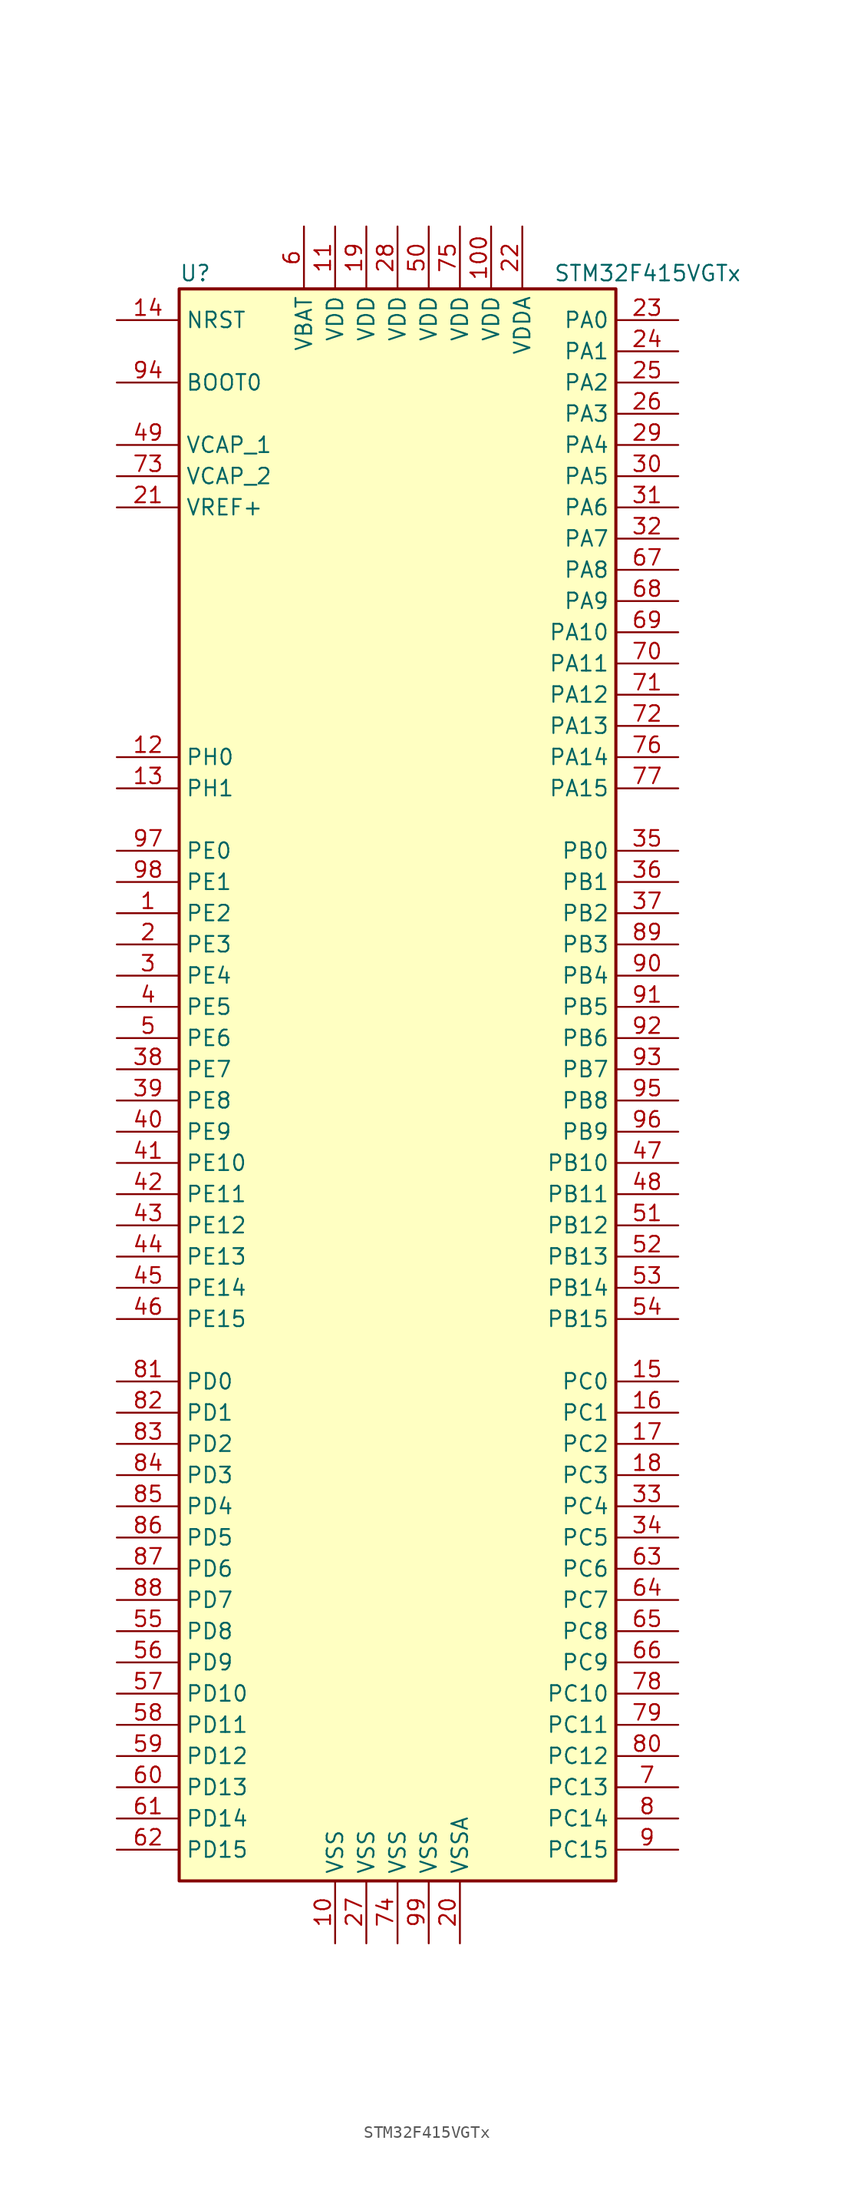
<source format=kicad_sym>
(kicad_symbol_lib
  (version 20220914)
  (generator kicad_symbol_editor)
  (symbol "STM32F415VGTx"
    (property "Reference" "U"
      (at -17.78 64.77 0)
      (effects (font (size 1.27 1.27)) (justify left)))
    (property "Value" "STM32F415VGTx"
      (at 12.7 64.77 0)
      (effects (font (size 1.27 1.27)) (justify left)))
    (symbol "STM32F415VGTx_0_1"
      (rectangle (start -17.78 -66.04) (end 17.78 63.5) (stroke (width 0.254) (type default)) (fill (type background))))
    (symbol "STM32F415VGTx_1_1"
      (pin bidirectional line (at -22.86 12.7 0) (length 5.08) (name "PE2" (effects (font (size 1.27 1.27)))) (number "1" (effects (font (size 1.27 1.27)))))
      (pin power_in line (at -5.08 -71.12 90) (length 5.08) (name "VSS" (effects (font (size 1.27 1.27)))) (number "10" (effects (font (size 1.27 1.27)))))
      (pin power_in line (at 7.62 68.58 270) (length 5.08) (name "VDD" (effects (font (size 1.27 1.27)))) (number "100" (effects (font (size 1.27 1.27)))))
      (pin power_in line (at -5.08 68.58 270) (length 5.08) (name "VDD" (effects (font (size 1.27 1.27)))) (number "11" (effects (font (size 1.27 1.27)))))
      (pin input line (at -22.86 25.4 0) (length 5.08) (name "PH0" (effects (font (size 1.27 1.27)))) (number "12" (effects (font (size 1.27 1.27)))))
      (pin input line (at -22.86 22.86 0) (length 5.08) (name "PH1" (effects (font (size 1.27 1.27)))) (number "13" (effects (font (size 1.27 1.27)))))
      (pin input line (at -22.86 60.96 0) (length 5.08) (name "NRST" (effects (font (size 1.27 1.27)))) (number "14" (effects (font (size 1.27 1.27)))))
      (pin bidirectional line (at 22.86 -25.4 180) (length 5.08) (name "PC0" (effects (font (size 1.27 1.27)))) (number "15" (effects (font (size 1.27 1.27)))))
      (pin bidirectional line (at 22.86 -27.94 180) (length 5.08) (name "PC1" (effects (font (size 1.27 1.27)))) (number "16" (effects (font (size 1.27 1.27)))))
      (pin bidirectional line (at 22.86 -30.48 180) (length 5.08) (name "PC2" (effects (font (size 1.27 1.27)))) (number "17" (effects (font (size 1.27 1.27)))))
      (pin bidirectional line (at 22.86 -33.02 180) (length 5.08) (name "PC3" (effects (font (size 1.27 1.27)))) (number "18" (effects (font (size 1.27 1.27)))))
      (pin power_in line (at -2.54 68.58 270) (length 5.08) (name "VDD" (effects (font (size 1.27 1.27)))) (number "19" (effects (font (size 1.27 1.27)))))
      (pin bidirectional line (at -22.86 10.16 0) (length 5.08) (name "PE3" (effects (font (size 1.27 1.27)))) (number "2" (effects (font (size 1.27 1.27)))))
      (pin power_in line (at 5.08 -71.12 90) (length 5.08) (name "VSSA" (effects (font (size 1.27 1.27)))) (number "20" (effects (font (size 1.27 1.27)))))
      (pin power_in line (at -22.86 45.72 0) (length 5.08) (name "VREF+" (effects (font (size 1.27 1.27)))) (number "21" (effects (font (size 1.27 1.27)))))
      (pin power_in line (at 10.16 68.58 270) (length 5.08) (name "VDDA" (effects (font (size 1.27 1.27)))) (number "22" (effects (font (size 1.27 1.27)))))
      (pin bidirectional line (at 22.86 60.96 180) (length 5.08) (name "PA0" (effects (font (size 1.27 1.27)))) (number "23" (effects (font (size 1.27 1.27)))))
      (pin bidirectional line (at 22.86 58.42 180) (length 5.08) (name "PA1" (effects (font (size 1.27 1.27)))) (number "24" (effects (font (size 1.27 1.27)))))
      (pin bidirectional line (at 22.86 55.88 180) (length 5.08) (name "PA2" (effects (font (size 1.27 1.27)))) (number "25" (effects (font (size 1.27 1.27)))))
      (pin bidirectional line (at 22.86 53.34 180) (length 5.08) (name "PA3" (effects (font (size 1.27 1.27)))) (number "26" (effects (font (size 1.27 1.27)))))
      (pin power_in line (at -2.54 -71.12 90) (length 5.08) (name "VSS" (effects (font (size 1.27 1.27)))) (number "27" (effects (font (size 1.27 1.27)))))
      (pin power_in line (at 0 68.58 270) (length 5.08) (name "VDD" (effects (font (size 1.27 1.27)))) (number "28" (effects (font (size 1.27 1.27)))))
      (pin bidirectional line (at 22.86 50.8 180) (length 5.08) (name "PA4" (effects (font (size 1.27 1.27)))) (number "29" (effects (font (size 1.27 1.27)))))
      (pin bidirectional line (at -22.86 7.62 0) (length 5.08) (name "PE4" (effects (font (size 1.27 1.27)))) (number "3" (effects (font (size 1.27 1.27)))))
      (pin bidirectional line (at 22.86 48.26 180) (length 5.08) (name "PA5" (effects (font (size 1.27 1.27)))) (number "30" (effects (font (size 1.27 1.27)))))
      (pin bidirectional line (at 22.86 45.72 180) (length 5.08) (name "PA6" (effects (font (size 1.27 1.27)))) (number "31" (effects (font (size 1.27 1.27)))))
      (pin bidirectional line (at 22.86 43.18 180) (length 5.08) (name "PA7" (effects (font (size 1.27 1.27)))) (number "32" (effects (font (size 1.27 1.27)))))
      (pin bidirectional line (at 22.86 -35.56 180) (length 5.08) (name "PC4" (effects (font (size 1.27 1.27)))) (number "33" (effects (font (size 1.27 1.27)))))
      (pin bidirectional line (at 22.86 -38.1 180) (length 5.08) (name "PC5" (effects (font (size 1.27 1.27)))) (number "34" (effects (font (size 1.27 1.27)))))
      (pin bidirectional line (at 22.86 17.78 180) (length 5.08) (name "PB0" (effects (font (size 1.27 1.27)))) (number "35" (effects (font (size 1.27 1.27)))))
      (pin bidirectional line (at 22.86 15.24 180) (length 5.08) (name "PB1" (effects (font (size 1.27 1.27)))) (number "36" (effects (font (size 1.27 1.27)))))
      (pin bidirectional line (at 22.86 12.7 180) (length 5.08) (name "PB2" (effects (font (size 1.27 1.27)))) (number "37" (effects (font (size 1.27 1.27)))))
      (pin bidirectional line (at -22.86 0 0) (length 5.08) (name "PE7" (effects (font (size 1.27 1.27)))) (number "38" (effects (font (size 1.27 1.27)))))
      (pin bidirectional line (at -22.86 -2.54 0) (length 5.08) (name "PE8" (effects (font (size 1.27 1.27)))) (number "39" (effects (font (size 1.27 1.27)))))
      (pin bidirectional line (at -22.86 5.08 0) (length 5.08) (name "PE5" (effects (font (size 1.27 1.27)))) (number "4" (effects (font (size 1.27 1.27)))))
      (pin bidirectional line (at -22.86 -5.08 0) (length 5.08) (name "PE9" (effects (font (size 1.27 1.27)))) (number "40" (effects (font (size 1.27 1.27)))))
      (pin bidirectional line (at -22.86 -7.62 0) (length 5.08) (name "PE10" (effects (font (size 1.27 1.27)))) (number "41" (effects (font (size 1.27 1.27)))))
      (pin bidirectional line (at -22.86 -10.16 0) (length 5.08) (name "PE11" (effects (font (size 1.27 1.27)))) (number "42" (effects (font (size 1.27 1.27)))))
      (pin bidirectional line (at -22.86 -12.7 0) (length 5.08) (name "PE12" (effects (font (size 1.27 1.27)))) (number "43" (effects (font (size 1.27 1.27)))))
      (pin bidirectional line (at -22.86 -15.24 0) (length 5.08) (name "PE13" (effects (font (size 1.27 1.27)))) (number "44" (effects (font (size 1.27 1.27)))))
      (pin bidirectional line (at -22.86 -17.78 0) (length 5.08) (name "PE14" (effects (font (size 1.27 1.27)))) (number "45" (effects (font (size 1.27 1.27)))))
      (pin bidirectional line (at -22.86 -20.32 0) (length 5.08) (name "PE15" (effects (font (size 1.27 1.27)))) (number "46" (effects (font (size 1.27 1.27)))))
      (pin bidirectional line (at 22.86 -7.62 180) (length 5.08) (name "PB10" (effects (font (size 1.27 1.27)))) (number "47" (effects (font (size 1.27 1.27)))))
      (pin bidirectional line (at 22.86 -10.16 180) (length 5.08) (name "PB11" (effects (font (size 1.27 1.27)))) (number "48" (effects (font (size 1.27 1.27)))))
      (pin power_in line (at -22.86 50.8 0) (length 5.08) (name "VCAP_1" (effects (font (size 1.27 1.27)))) (number "49" (effects (font (size 1.27 1.27)))))
      (pin bidirectional line (at -22.86 2.54 0) (length 5.08) (name "PE6" (effects (font (size 1.27 1.27)))) (number "5" (effects (font (size 1.27 1.27)))))
      (pin power_in line (at 2.54 68.58 270) (length 5.08) (name "VDD" (effects (font (size 1.27 1.27)))) (number "50" (effects (font (size 1.27 1.27)))))
      (pin bidirectional line (at 22.86 -12.7 180) (length 5.08) (name "PB12" (effects (font (size 1.27 1.27)))) (number "51" (effects (font (size 1.27 1.27)))))
      (pin bidirectional line (at 22.86 -15.24 180) (length 5.08) (name "PB13" (effects (font (size 1.27 1.27)))) (number "52" (effects (font (size 1.27 1.27)))))
      (pin bidirectional line (at 22.86 -17.78 180) (length 5.08) (name "PB14" (effects (font (size 1.27 1.27)))) (number "53" (effects (font (size 1.27 1.27)))))
      (pin bidirectional line (at 22.86 -20.32 180) (length 5.08) (name "PB15" (effects (font (size 1.27 1.27)))) (number "54" (effects (font (size 1.27 1.27)))))
      (pin bidirectional line (at -22.86 -45.72 0) (length 5.08) (name "PD8" (effects (font (size 1.27 1.27)))) (number "55" (effects (font (size 1.27 1.27)))))
      (pin bidirectional line (at -22.86 -48.26 0) (length 5.08) (name "PD9" (effects (font (size 1.27 1.27)))) (number "56" (effects (font (size 1.27 1.27)))))
      (pin bidirectional line (at -22.86 -50.8 0) (length 5.08) (name "PD10" (effects (font (size 1.27 1.27)))) (number "57" (effects (font (size 1.27 1.27)))))
      (pin bidirectional line (at -22.86 -53.34 0) (length 5.08) (name "PD11" (effects (font (size 1.27 1.27)))) (number "58" (effects (font (size 1.27 1.27)))))
      (pin bidirectional line (at -22.86 -55.88 0) (length 5.08) (name "PD12" (effects (font (size 1.27 1.27)))) (number "59" (effects (font (size 1.27 1.27)))))
      (pin power_in line (at -7.62 68.58 270) (length 5.08) (name "VBAT" (effects (font (size 1.27 1.27)))) (number "6" (effects (font (size 1.27 1.27)))))
      (pin bidirectional line (at -22.86 -58.42 0) (length 5.08) (name "PD13" (effects (font (size 1.27 1.27)))) (number "60" (effects (font (size 1.27 1.27)))))
      (pin bidirectional line (at -22.86 -60.96 0) (length 5.08) (name "PD14" (effects (font (size 1.27 1.27)))) (number "61" (effects (font (size 1.27 1.27)))))
      (pin bidirectional line (at -22.86 -63.5 0) (length 5.08) (name "PD15" (effects (font (size 1.27 1.27)))) (number "62" (effects (font (size 1.27 1.27)))))
      (pin bidirectional line (at 22.86 -40.64 180) (length 5.08) (name "PC6" (effects (font (size 1.27 1.27)))) (number "63" (effects (font (size 1.27 1.27)))))
      (pin bidirectional line (at 22.86 -43.18 180) (length 5.08) (name "PC7" (effects (font (size 1.27 1.27)))) (number "64" (effects (font (size 1.27 1.27)))))
      (pin bidirectional line (at 22.86 -45.72 180) (length 5.08) (name "PC8" (effects (font (size 1.27 1.27)))) (number "65" (effects (font (size 1.27 1.27)))))
      (pin bidirectional line (at 22.86 -48.26 180) (length 5.08) (name "PC9" (effects (font (size 1.27 1.27)))) (number "66" (effects (font (size 1.27 1.27)))))
      (pin bidirectional line (at 22.86 40.64 180) (length 5.08) (name "PA8" (effects (font (size 1.27 1.27)))) (number "67" (effects (font (size 1.27 1.27)))))
      (pin bidirectional line (at 22.86 38.1 180) (length 5.08) (name "PA9" (effects (font (size 1.27 1.27)))) (number "68" (effects (font (size 1.27 1.27)))))
      (pin bidirectional line (at 22.86 35.56 180) (length 5.08) (name "PA10" (effects (font (size 1.27 1.27)))) (number "69" (effects (font (size 1.27 1.27)))))
      (pin bidirectional line (at 22.86 -58.42 180) (length 5.08) (name "PC13" (effects (font (size 1.27 1.27)))) (number "7" (effects (font (size 1.27 1.27)))))
      (pin bidirectional line (at 22.86 33.02 180) (length 5.08) (name "PA11" (effects (font (size 1.27 1.27)))) (number "70" (effects (font (size 1.27 1.27)))))
      (pin bidirectional line (at 22.86 30.48 180) (length 5.08) (name "PA12" (effects (font (size 1.27 1.27)))) (number "71" (effects (font (size 1.27 1.27)))))
      (pin bidirectional line (at 22.86 27.94 180) (length 5.08) (name "PA13" (effects (font (size 1.27 1.27)))) (number "72" (effects (font (size 1.27 1.27)))))
      (pin power_in line (at -22.86 48.26 0) (length 5.08) (name "VCAP_2" (effects (font (size 1.27 1.27)))) (number "73" (effects (font (size 1.27 1.27)))))
      (pin power_in line (at 0 -71.12 90) (length 5.08) (name "VSS" (effects (font (size 1.27 1.27)))) (number "74" (effects (font (size 1.27 1.27)))))
      (pin power_in line (at 5.08 68.58 270) (length 5.08) (name "VDD" (effects (font (size 1.27 1.27)))) (number "75" (effects (font (size 1.27 1.27)))))
      (pin bidirectional line (at 22.86 25.4 180) (length 5.08) (name "PA14" (effects (font (size 1.27 1.27)))) (number "76" (effects (font (size 1.27 1.27)))))
      (pin bidirectional line (at 22.86 22.86 180) (length 5.08) (name "PA15" (effects (font (size 1.27 1.27)))) (number "77" (effects (font (size 1.27 1.27)))))
      (pin bidirectional line (at 22.86 -50.8 180) (length 5.08) (name "PC10" (effects (font (size 1.27 1.27)))) (number "78" (effects (font (size 1.27 1.27)))))
      (pin bidirectional line (at 22.86 -53.34 180) (length 5.08) (name "PC11" (effects (font (size 1.27 1.27)))) (number "79" (effects (font (size 1.27 1.27)))))
      (pin bidirectional line (at 22.86 -60.96 180) (length 5.08) (name "PC14" (effects (font (size 1.27 1.27)))) (number "8" (effects (font (size 1.27 1.27)))))
      (pin bidirectional line (at 22.86 -55.88 180) (length 5.08) (name "PC12" (effects (font (size 1.27 1.27)))) (number "80" (effects (font (size 1.27 1.27)))))
      (pin bidirectional line (at -22.86 -25.4 0) (length 5.08) (name "PD0" (effects (font (size 1.27 1.27)))) (number "81" (effects (font (size 1.27 1.27)))))
      (pin bidirectional line (at -22.86 -27.94 0) (length 5.08) (name "PD1" (effects (font (size 1.27 1.27)))) (number "82" (effects (font (size 1.27 1.27)))))
      (pin bidirectional line (at -22.86 -30.48 0) (length 5.08) (name "PD2" (effects (font (size 1.27 1.27)))) (number "83" (effects (font (size 1.27 1.27)))))
      (pin bidirectional line (at -22.86 -33.02 0) (length 5.08) (name "PD3" (effects (font (size 1.27 1.27)))) (number "84" (effects (font (size 1.27 1.27)))))
      (pin bidirectional line (at -22.86 -35.56 0) (length 5.08) (name "PD4" (effects (font (size 1.27 1.27)))) (number "85" (effects (font (size 1.27 1.27)))))
      (pin bidirectional line (at -22.86 -38.1 0) (length 5.08) (name "PD5" (effects (font (size 1.27 1.27)))) (number "86" (effects (font (size 1.27 1.27)))))
      (pin bidirectional line (at -22.86 -40.64 0) (length 5.08) (name "PD6" (effects (font (size 1.27 1.27)))) (number "87" (effects (font (size 1.27 1.27)))))
      (pin bidirectional line (at -22.86 -43.18 0) (length 5.08) (name "PD7" (effects (font (size 1.27 1.27)))) (number "88" (effects (font (size 1.27 1.27)))))
      (pin bidirectional line (at 22.86 10.16 180) (length 5.08) (name "PB3" (effects (font (size 1.27 1.27)))) (number "89" (effects (font (size 1.27 1.27)))))
      (pin bidirectional line (at 22.86 -63.5 180) (length 5.08) (name "PC15" (effects (font (size 1.27 1.27)))) (number "9" (effects (font (size 1.27 1.27)))))
      (pin bidirectional line (at 22.86 7.62 180) (length 5.08) (name "PB4" (effects (font (size 1.27 1.27)))) (number "90" (effects (font (size 1.27 1.27)))))
      (pin bidirectional line (at 22.86 5.08 180) (length 5.08) (name "PB5" (effects (font (size 1.27 1.27)))) (number "91" (effects (font (size 1.27 1.27)))))
      (pin bidirectional line (at 22.86 2.54 180) (length 5.08) (name "PB6" (effects (font (size 1.27 1.27)))) (number "92" (effects (font (size 1.27 1.27)))))
      (pin bidirectional line (at 22.86 0 180) (length 5.08) (name "PB7" (effects (font (size 1.27 1.27)))) (number "93" (effects (font (size 1.27 1.27)))))
      (pin input line (at -22.86 55.88 0) (length 5.08) (name "BOOT0" (effects (font (size 1.27 1.27)))) (number "94" (effects (font (size 1.27 1.27)))))
      (pin bidirectional line (at 22.86 -2.54 180) (length 5.08) (name "PB8" (effects (font (size 1.27 1.27)))) (number "95" (effects (font (size 1.27 1.27)))))
      (pin bidirectional line (at 22.86 -5.08 180) (length 5.08) (name "PB9" (effects (font (size 1.27 1.27)))) (number "96" (effects (font (size 1.27 1.27)))))
      (pin bidirectional line (at -22.86 17.78 0) (length 5.08) (name "PE0" (effects (font (size 1.27 1.27)))) (number "97" (effects (font (size 1.27 1.27)))))
      (pin bidirectional line (at -22.86 15.24 0) (length 5.08) (name "PE1" (effects (font (size 1.27 1.27)))) (number "98" (effects (font (size 1.27 1.27)))))
      (pin power_in line (at 2.54 -71.12 90) (length 5.08) (name "VSS" (effects (font (size 1.27 1.27)))) (number "99" (effects (font (size 1.27 1.27))))))))
</source>
